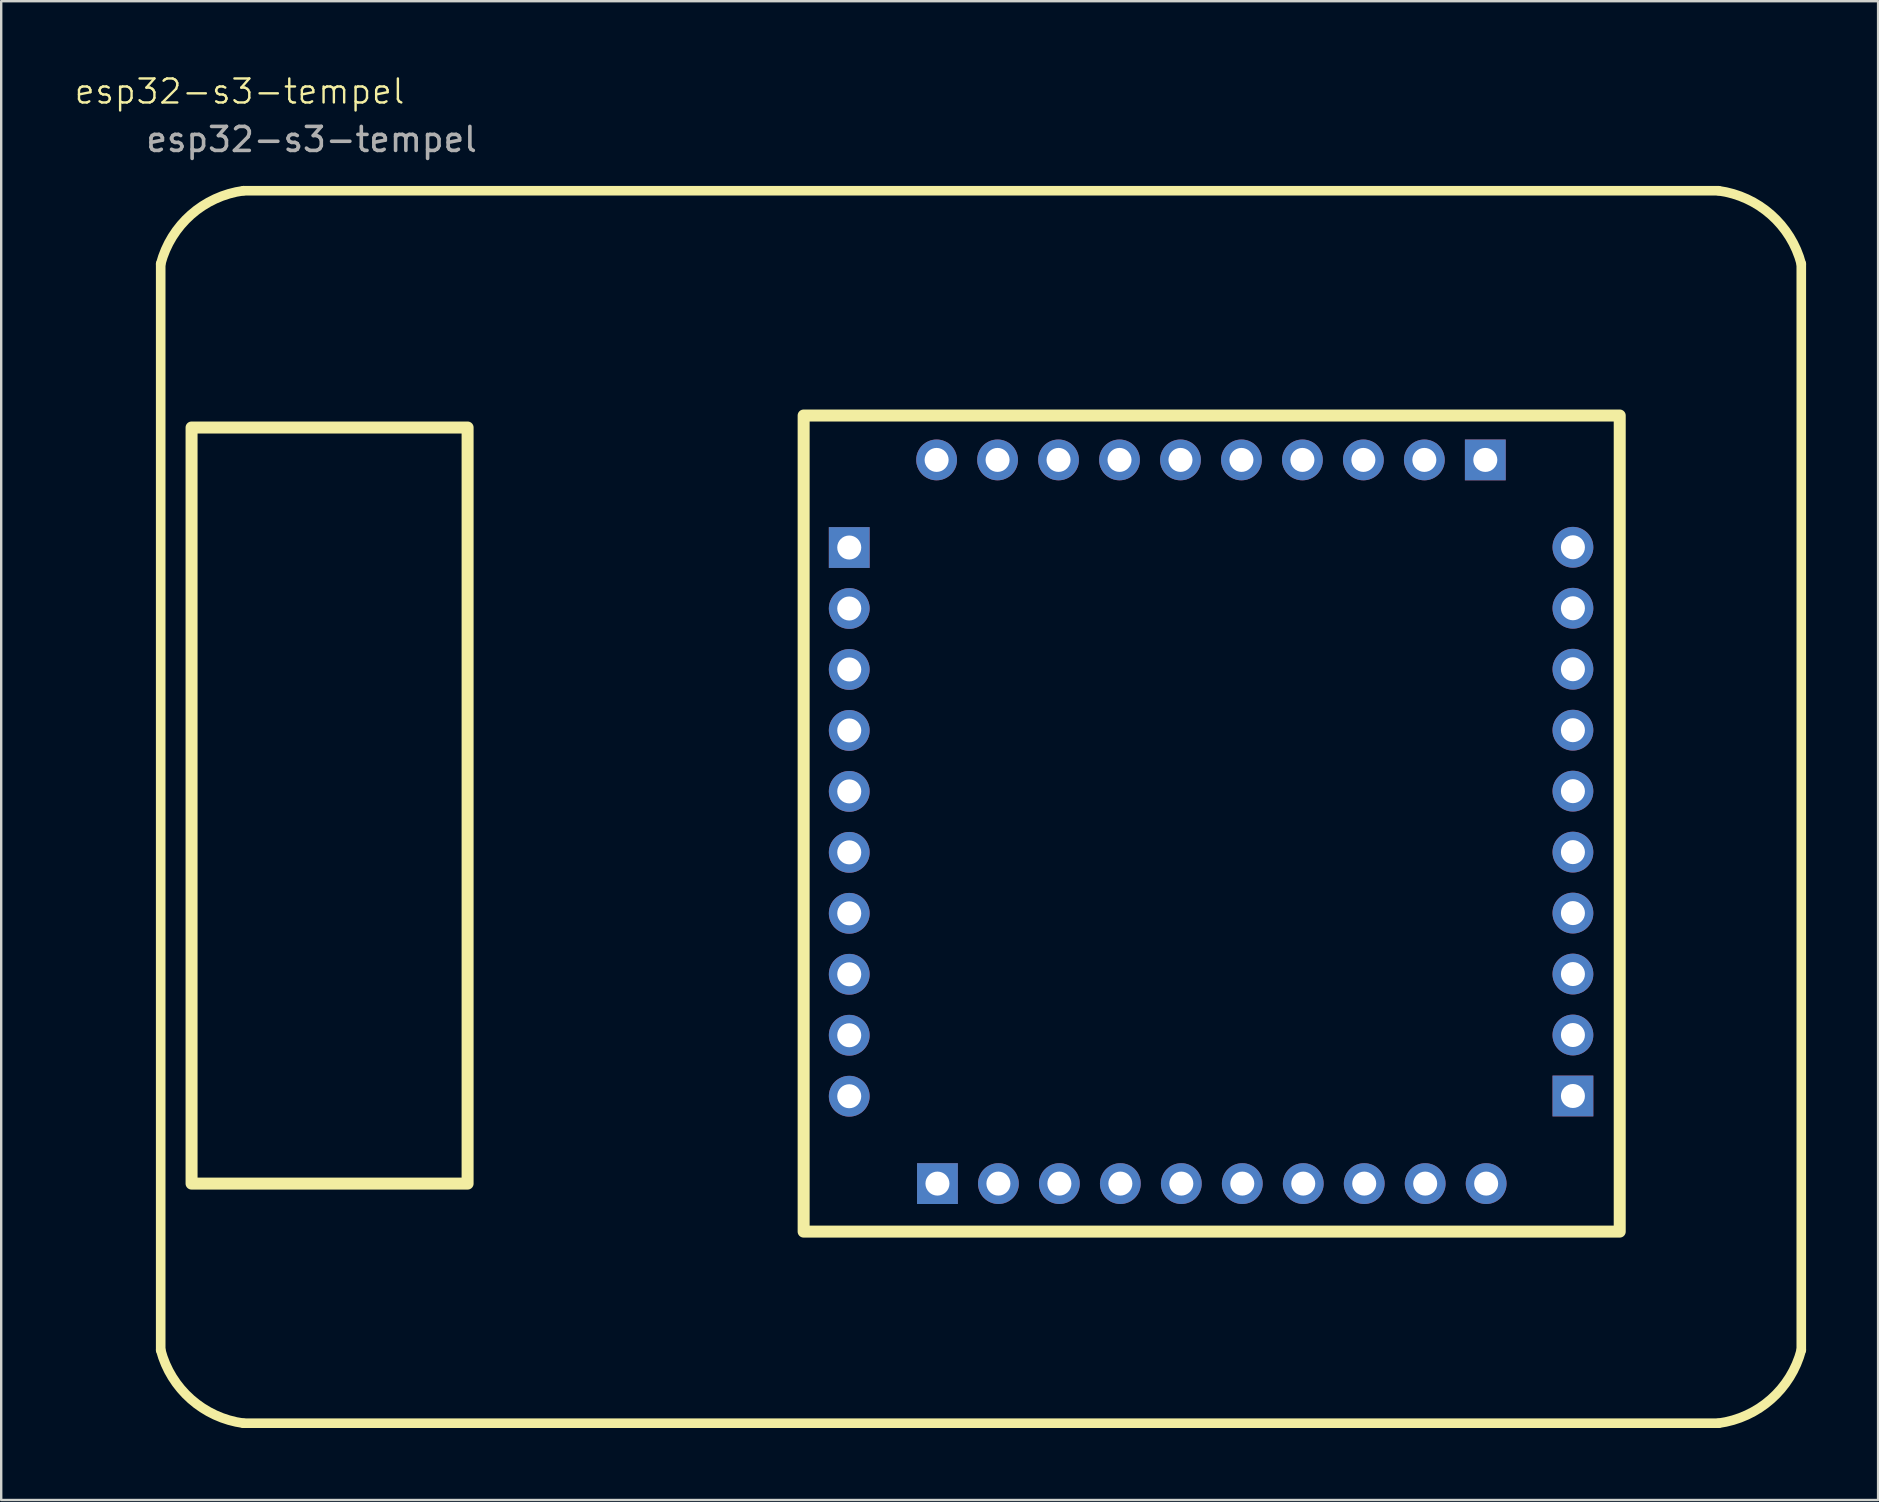
<source format=kicad_pcb>
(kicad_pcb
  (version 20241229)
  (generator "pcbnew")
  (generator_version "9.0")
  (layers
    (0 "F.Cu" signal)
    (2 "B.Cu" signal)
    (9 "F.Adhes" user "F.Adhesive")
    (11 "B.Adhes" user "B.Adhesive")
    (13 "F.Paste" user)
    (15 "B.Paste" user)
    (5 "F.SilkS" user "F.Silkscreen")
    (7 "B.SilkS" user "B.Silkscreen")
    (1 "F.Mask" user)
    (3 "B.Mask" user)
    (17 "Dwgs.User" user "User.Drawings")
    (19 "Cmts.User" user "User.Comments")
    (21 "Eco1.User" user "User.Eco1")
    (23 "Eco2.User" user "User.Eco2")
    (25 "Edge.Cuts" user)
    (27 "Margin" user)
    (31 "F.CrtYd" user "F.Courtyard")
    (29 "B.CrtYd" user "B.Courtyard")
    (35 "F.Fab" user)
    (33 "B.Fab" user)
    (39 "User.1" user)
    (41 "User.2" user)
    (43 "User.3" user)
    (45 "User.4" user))
  (footprint "esp32-s3-tempel"
    (layer "F.Cu")
    (at 46.931 50.261)
    (property "Reference" "esp32-s3-tempel" (at -40 -49.5 0) (unlocked yes) (layer "F.SilkS") (effects (font (size 1 1) (thickness 0.1))))
    (attr smd)
    (fp_line (start -43.286 2.935) (end -43.286 -42.317) (stroke (width 0.4) (type default)) (layer "F.SilkS"))
    (fp_line (start -39.836 -45.365) (end 21.614 -45.364) (stroke (width 0.4) (type default)) (layer "F.SilkS"))
    (fp_line (start 21.614 5.983) (end -39.835 5.983) (stroke (width 0.4) (type default)) (layer "F.SilkS"))
    (fp_line (start 25.064 -42.315) (end 25.064 2.935) (stroke (width 0.4) (type default)) (layer "F.SilkS"))
    (fp_rect (start -42 -35.5) (end -30.5 -4) (stroke (width 0.5) (type default)) (fill no) (layer "F.SilkS"))
    (fp_rect (start -16.5 -36) (end 17.5 -2) (stroke (width 0.5) (type default)) (fill no) (layer "F.SilkS"))
    (fp_arc (start -43.285821 -42.316558) (mid -42.024249 -44.365484) (end -39.835661 -45.365359) (stroke (width 0.4) (type default)) (layer "F.SilkS"))
    (fp_arc (start -39.835499 5.98344) (mid -42.024079 4.983556) (end -43.285659 2.934639) (stroke (width 0.4) (type default)) (layer "F.SilkS"))
    (fp_arc (start 21.614178 -45.36416) (mid 23.802803 -44.364327) (end 25.064338 -42.315359) (stroke (width 0.4) (type default)) (layer "F.SilkS"))
    (fp_arc (start 25.064339 2.934641) (mid 23.802786 4.98359) (end 21.614179 5.983442) (stroke (width 0.4) (type default)) (layer "F.SilkS"))
    (fp_text user "${REFERENCE}" (at -37 -47.5 0) (unlocked yes) (layer "F.Fab") (effects (font (size 1 1) (thickness 0.15))))
    (pad "1" thru_hole rect (at -14.6 -30.5 180) (size 1.7 1.7) (drill 1) (layers "*.Cu" "*.Mask"))
    (pad "2" thru_hole oval (at -14.6 -27.96 180) (size 1.7 1.7) (drill 1) (layers "*.Cu" "*.Mask"))
    (pad "3" thru_hole oval (at -14.6 -25.42 180) (size 1.7 1.7) (drill 1) (layers "*.Cu" "*.Mask"))
    (pad "4" thru_hole oval (at -14.6 -22.88 180) (size 1.7 1.7) (drill 1) (layers "*.Cu" "*.Mask"))
    (pad "5" thru_hole oval (at -14.6 -20.34 180) (size 1.7 1.7) (drill 1) (layers "*.Cu" "*.Mask"))
    (pad "6" thru_hole oval (at -14.6 -17.8 180) (size 1.7 1.7) (drill 1) (layers "*.Cu" "*.Mask"))
    (pad "7" thru_hole oval (at -14.6 -15.26 180) (size 1.7 1.7) (drill 1) (layers "*.Cu" "*.Mask"))
    (pad "8" thru_hole oval (at -14.6 -12.72 180) (size 1.7 1.7) (drill 1) (layers "*.Cu" "*.Mask"))
    (pad "9" thru_hole oval (at -14.6 -10.18 180) (size 1.7 1.7) (drill 1) (layers "*.Cu" "*.Mask"))
    (pad "10" thru_hole oval (at -14.6 -7.64 180) (size 1.7 1.7) (drill 1) (layers "*.Cu" "*.Mask"))
    (pad "11" thru_hole rect (at -10.925 -4 270) (size 1.7 1.7) (drill 1) (layers "*.Cu" "*.Mask"))
    (pad "12" thru_hole oval (at -8.385 -4 270) (size 1.7 1.7) (drill 1) (layers "*.Cu" "*.Mask"))
    (pad "13" thru_hole oval (at -5.845 -4 270) (size 1.7 1.7) (drill 1) (layers "*.Cu" "*.Mask"))
    (pad "14" thru_hole oval (at -3.305 -4 270) (size 1.7 1.7) (drill 1) (layers "*.Cu" "*.Mask"))
    (pad "15" thru_hole oval (at -0.765 -4 270) (size 1.7 1.7) (drill 1) (layers "*.Cu" "*.Mask"))
    (pad "16" thru_hole oval (at 1.775 -4 270) (size 1.7 1.7) (drill 1) (layers "*.Cu" "*.Mask"))
    (pad "17" thru_hole oval (at 4.315 -4 270) (size 1.7 1.7) (drill 1) (layers "*.Cu" "*.Mask"))
    (pad "18" thru_hole oval (at 6.855 -4 270) (size 1.7 1.7) (drill 1) (layers "*.Cu" "*.Mask"))
    (pad "19" thru_hole oval (at 9.395 -4 270) (size 1.7 1.7) (drill 1) (layers "*.Cu" "*.Mask"))
    (pad "20" thru_hole oval (at 11.935 -4 270) (size 1.7 1.7) (drill 1) (layers "*.Cu" "*.Mask"))
    (pad "21" thru_hole rect (at 15.55 -7.65) (size 1.7 1.7) (drill 1) (layers "*.Cu" "*.Mask"))
    (pad "22" thru_hole oval (at 15.55 -10.19) (size 1.7 1.7) (drill 1) (layers "*.Cu" "*.Mask"))
    (pad "23" thru_hole oval (at 15.55 -12.73) (size 1.7 1.7) (drill 1) (layers "*.Cu" "*.Mask"))
    (pad "24" thru_hole oval (at 15.55 -15.27) (size 1.7 1.7) (drill 1) (layers "*.Cu" "*.Mask"))
    (pad "25" thru_hole oval (at 15.55 -17.81) (size 1.7 1.7) (drill 1) (layers "*.Cu" "*.Mask"))
    (pad "26" thru_hole oval (at 15.55 -20.35) (size 1.7 1.7) (drill 1) (layers "*.Cu" "*.Mask"))
    (pad "27" thru_hole oval (at 15.55 -22.89) (size 1.7 1.7) (drill 1) (layers "*.Cu" "*.Mask"))
    (pad "28" thru_hole oval (at 15.55 -25.43) (size 1.7 1.7) (drill 1) (layers "*.Cu" "*.Mask"))
    (pad "29" thru_hole oval (at 15.55 -27.97) (size 1.7 1.7) (drill 1) (layers "*.Cu" "*.Mask"))
    (pad "30" thru_hole oval (at 15.55 -30.51) (size 1.7 1.7) (drill 1) (layers "*.Cu" "*.Mask"))
    (pad "31" thru_hole rect (at 11.9 -34.15 90) (size 1.7 1.7) (drill 1) (layers "*.Cu" "*.Mask"))
    (pad "32" thru_hole oval (at 9.36 -34.15 90) (size 1.7 1.7) (drill 1) (layers "*.Cu" "*.Mask"))
    (pad "33" thru_hole oval (at 6.82 -34.15 90) (size 1.7 1.7) (drill 1) (layers "*.Cu" "*.Mask"))
    (pad "34" thru_hole oval (at 4.28 -34.15 90) (size 1.7 1.7) (drill 1) (layers "*.Cu" "*.Mask"))
    (pad "35" thru_hole oval (at 1.74 -34.15 90) (size 1.7 1.7) (drill 1) (layers "*.Cu" "*.Mask"))
    (pad "36" thru_hole oval (at -0.8 -34.15 90) (size 1.7 1.7) (drill 1) (layers "*.Cu" "*.Mask"))
    (pad "37" thru_hole oval (at -3.34 -34.15 90) (size 1.7 1.7) (drill 1) (layers "*.Cu" "*.Mask"))
    (pad "38" thru_hole oval (at -5.88 -34.15 90) (size 1.7 1.7) (drill 1) (layers "*.Cu" "*.Mask"))
    (pad "39" thru_hole oval (at -8.42 -34.15 90) (size 1.7 1.7) (drill 1) (layers "*.Cu" "*.Mask"))
    (pad "40" thru_hole oval (at -10.96 -34.15 90) (size 1.7 1.7) (drill 1) (layers "*.Cu" "*.Mask")))
  (gr_rect
    (start -3 -3)
    (end 75.195 59.444)
    (stroke (width 0.1) (type default))
    (fill no)
    (layer "Edge.Cuts")))
</source>
